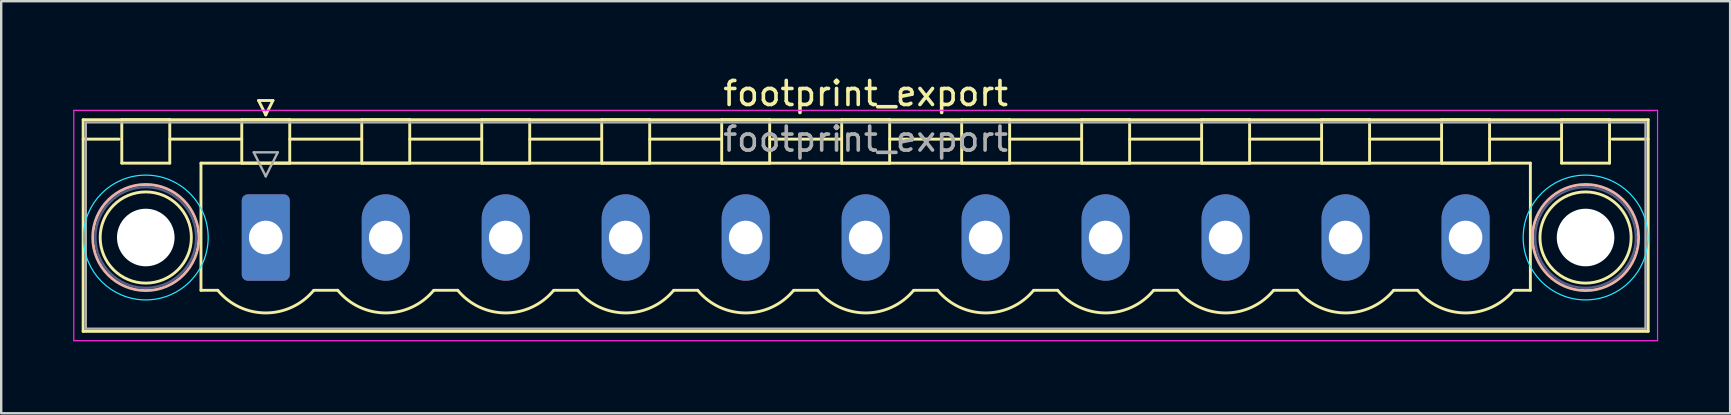
<source format=kicad_pcb>
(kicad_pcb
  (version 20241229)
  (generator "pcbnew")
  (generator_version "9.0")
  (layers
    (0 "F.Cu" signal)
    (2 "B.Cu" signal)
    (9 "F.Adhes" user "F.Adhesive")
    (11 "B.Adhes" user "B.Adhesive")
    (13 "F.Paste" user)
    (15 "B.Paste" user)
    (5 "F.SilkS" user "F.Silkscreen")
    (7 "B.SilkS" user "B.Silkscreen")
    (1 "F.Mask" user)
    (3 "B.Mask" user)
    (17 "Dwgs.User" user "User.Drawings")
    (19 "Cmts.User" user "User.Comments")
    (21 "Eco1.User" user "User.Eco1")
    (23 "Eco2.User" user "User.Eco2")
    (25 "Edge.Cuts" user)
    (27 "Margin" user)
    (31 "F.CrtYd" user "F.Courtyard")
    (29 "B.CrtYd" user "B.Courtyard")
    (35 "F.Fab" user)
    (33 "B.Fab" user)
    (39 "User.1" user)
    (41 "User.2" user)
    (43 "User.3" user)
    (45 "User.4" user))
  (footprint "footprint_export"
    (layer "F.Cu")
    (at 8.025 6.848)
    (property "Reference" "footprint_export" (at 25 -6 0) (layer "F.SilkS") (effects (font (size 1 1) (thickness 0.15))))
    (attr through_hole)
    (fp_line (start -7.61 -4.91) (end -7.61 3.91) (stroke (width 0.12) (type solid)) (layer "F.SilkS"))
    (fp_line (start -7.61 -4.1) (end -6.11 -4.1) (stroke (width 0.12) (type solid)) (layer "F.SilkS"))
    (fp_line (start -7.61 3.91) (end 57.61 3.91) (stroke (width 0.12) (type solid)) (layer "F.SilkS"))
    (fp_line (start -6 -4.91) (end -4 -4.91) (stroke (width 0.12) (type solid)) (layer "F.SilkS"))
    (fp_line (start -6 -3.1) (end -6 -4.91) (stroke (width 0.12) (type solid)) (layer "F.SilkS"))
    (fp_line (start -4 -4.91) (end -4 -3.1) (stroke (width 0.12) (type solid)) (layer "F.SilkS"))
    (fp_line (start -4 -4.1) (end -1 -4.1) (stroke (width 0.12) (type solid)) (layer "F.SilkS"))
    (fp_line (start -4 -3.1) (end -6 -3.1) (stroke (width 0.12) (type solid)) (layer "F.SilkS"))
    (fp_line (start -2.7 -3.1) (end 52.7 -3.1) (stroke (width 0.12) (type solid)) (layer "F.SilkS"))
    (fp_line (start -2.7 2.2) (end -2.7 -3.1) (stroke (width 0.12) (type solid)) (layer "F.SilkS"))
    (fp_line (start -2 2.2) (end -2.7 2.2) (stroke (width 0.12) (type solid)) (layer "F.SilkS"))
    (fp_line (start -1 -4.91) (end 1 -4.91) (stroke (width 0.12) (type solid)) (layer "F.SilkS"))
    (fp_line (start -1 -3.1) (end -1 -4.91) (stroke (width 0.12) (type solid)) (layer "F.SilkS"))
    (fp_line (start -0.3 -5.71) (end 0.3 -5.71) (stroke (width 0.12) (type solid)) (layer "F.SilkS"))
    (fp_line (start 0 -5.11) (end -0.3 -5.71) (stroke (width 0.12) (type solid)) (layer "F.SilkS"))
    (fp_line (start 0.3 -5.71) (end 0 -5.11) (stroke (width 0.12) (type solid)) (layer "F.SilkS"))
    (fp_line (start 1 -4.91) (end 1 -3.1) (stroke (width 0.12) (type solid)) (layer "F.SilkS"))
    (fp_line (start 1 -4.1) (end 4 -4.1) (stroke (width 0.12) (type solid)) (layer "F.SilkS"))
    (fp_line (start 1 -3.1) (end -1 -3.1) (stroke (width 0.12) (type solid)) (layer "F.SilkS"))
    (fp_line (start 2 2.2) (end 3 2.2) (stroke (width 0.12) (type solid)) (layer "F.SilkS"))
    (fp_line (start 4 -4.91) (end 6 -4.91) (stroke (width 0.12) (type solid)) (layer "F.SilkS"))
    (fp_line (start 4 -3.1) (end 4 -4.91) (stroke (width 0.12) (type solid)) (layer "F.SilkS"))
    (fp_line (start 6 -4.91) (end 6 -3.1) (stroke (width 0.12) (type solid)) (layer "F.SilkS"))
    (fp_line (start 6 -4.1) (end 9 -4.1) (stroke (width 0.12) (type solid)) (layer "F.SilkS"))
    (fp_line (start 6 -3.1) (end 4 -3.1) (stroke (width 0.12) (type solid)) (layer "F.SilkS"))
    (fp_line (start 7 2.2) (end 8 2.2) (stroke (width 0.12) (type solid)) (layer "F.SilkS"))
    (fp_line (start 9 -4.91) (end 11 -4.91) (stroke (width 0.12) (type solid)) (layer "F.SilkS"))
    (fp_line (start 9 -3.1) (end 9 -4.91) (stroke (width 0.12) (type solid)) (layer "F.SilkS"))
    (fp_line (start 11 -4.91) (end 11 -3.1) (stroke (width 0.12) (type solid)) (layer "F.SilkS"))
    (fp_line (start 11 -4.1) (end 14 -4.1) (stroke (width 0.12) (type solid)) (layer "F.SilkS"))
    (fp_line (start 11 -3.1) (end 9 -3.1) (stroke (width 0.12) (type solid)) (layer "F.SilkS"))
    (fp_line (start 12 2.2) (end 13 2.2) (stroke (width 0.12) (type solid)) (layer "F.SilkS"))
    (fp_line (start 14 -4.91) (end 16 -4.91) (stroke (width 0.12) (type solid)) (layer "F.SilkS"))
    (fp_line (start 14 -3.1) (end 14 -4.91) (stroke (width 0.12) (type solid)) (layer "F.SilkS"))
    (fp_line (start 16 -4.91) (end 16 -3.1) (stroke (width 0.12) (type solid)) (layer "F.SilkS"))
    (fp_line (start 16 -4.1) (end 19 -4.1) (stroke (width 0.12) (type solid)) (layer "F.SilkS"))
    (fp_line (start 16 -3.1) (end 14 -3.1) (stroke (width 0.12) (type solid)) (layer "F.SilkS"))
    (fp_line (start 17 2.2) (end 18 2.2) (stroke (width 0.12) (type solid)) (layer "F.SilkS"))
    (fp_line (start 19 -4.91) (end 21 -4.91) (stroke (width 0.12) (type solid)) (layer "F.SilkS"))
    (fp_line (start 19 -3.1) (end 19 -4.91) (stroke (width 0.12) (type solid)) (layer "F.SilkS"))
    (fp_line (start 21 -4.91) (end 21 -3.1) (stroke (width 0.12) (type solid)) (layer "F.SilkS"))
    (fp_line (start 21 -4.1) (end 24 -4.1) (stroke (width 0.12) (type solid)) (layer "F.SilkS"))
    (fp_line (start 21 -3.1) (end 19 -3.1) (stroke (width 0.12) (type solid)) (layer "F.SilkS"))
    (fp_line (start 22 2.2) (end 23 2.2) (stroke (width 0.12) (type solid)) (layer "F.SilkS"))
    (fp_line (start 24 -4.91) (end 26 -4.91) (stroke (width 0.12) (type solid)) (layer "F.SilkS"))
    (fp_line (start 24 -3.1) (end 24 -4.91) (stroke (width 0.12) (type solid)) (layer "F.SilkS"))
    (fp_line (start 26 -4.91) (end 26 -3.1) (stroke (width 0.12) (type solid)) (layer "F.SilkS"))
    (fp_line (start 26 -4.1) (end 29 -4.1) (stroke (width 0.12) (type solid)) (layer "F.SilkS"))
    (fp_line (start 26 -3.1) (end 24 -3.1) (stroke (width 0.12) (type solid)) (layer "F.SilkS"))
    (fp_line (start 27 2.2) (end 28 2.2) (stroke (width 0.12) (type solid)) (layer "F.SilkS"))
    (fp_line (start 29 -4.91) (end 31 -4.91) (stroke (width 0.12) (type solid)) (layer "F.SilkS"))
    (fp_line (start 29 -3.1) (end 29 -4.91) (stroke (width 0.12) (type solid)) (layer "F.SilkS"))
    (fp_line (start 31 -4.91) (end 31 -3.1) (stroke (width 0.12) (type solid)) (layer "F.SilkS"))
    (fp_line (start 31 -4.1) (end 34 -4.1) (stroke (width 0.12) (type solid)) (layer "F.SilkS"))
    (fp_line (start 31 -3.1) (end 29 -3.1) (stroke (width 0.12) (type solid)) (layer "F.SilkS"))
    (fp_line (start 32 2.2) (end 33 2.2) (stroke (width 0.12) (type solid)) (layer "F.SilkS"))
    (fp_line (start 34 -4.91) (end 36 -4.91) (stroke (width 0.12) (type solid)) (layer "F.SilkS"))
    (fp_line (start 34 -3.1) (end 34 -4.91) (stroke (width 0.12) (type solid)) (layer "F.SilkS"))
    (fp_line (start 36 -4.91) (end 36 -3.1) (stroke (width 0.12) (type solid)) (layer "F.SilkS"))
    (fp_line (start 36 -4.1) (end 39 -4.1) (stroke (width 0.12) (type solid)) (layer "F.SilkS"))
    (fp_line (start 36 -3.1) (end 34 -3.1) (stroke (width 0.12) (type solid)) (layer "F.SilkS"))
    (fp_line (start 37 2.2) (end 38 2.2) (stroke (width 0.12) (type solid)) (layer "F.SilkS"))
    (fp_line (start 39 -4.91) (end 41 -4.91) (stroke (width 0.12) (type solid)) (layer "F.SilkS"))
    (fp_line (start 39 -3.1) (end 39 -4.91) (stroke (width 0.12) (type solid)) (layer "F.SilkS"))
    (fp_line (start 41 -4.91) (end 41 -3.1) (stroke (width 0.12) (type solid)) (layer "F.SilkS"))
    (fp_line (start 41 -4.1) (end 44 -4.1) (stroke (width 0.12) (type solid)) (layer "F.SilkS"))
    (fp_line (start 41 -3.1) (end 39 -3.1) (stroke (width 0.12) (type solid)) (layer "F.SilkS"))
    (fp_line (start 42 2.2) (end 43 2.2) (stroke (width 0.12) (type solid)) (layer "F.SilkS"))
    (fp_line (start 44 -4.91) (end 46 -4.91) (stroke (width 0.12) (type solid)) (layer "F.SilkS"))
    (fp_line (start 44 -3.1) (end 44 -4.91) (stroke (width 0.12) (type solid)) (layer "F.SilkS"))
    (fp_line (start 46 -4.91) (end 46 -3.1) (stroke (width 0.12) (type solid)) (layer "F.SilkS"))
    (fp_line (start 46 -4.1) (end 49 -4.1) (stroke (width 0.12) (type solid)) (layer "F.SilkS"))
    (fp_line (start 46 -3.1) (end 44 -3.1) (stroke (width 0.12) (type solid)) (layer "F.SilkS"))
    (fp_line (start 47 2.2) (end 48 2.2) (stroke (width 0.12) (type solid)) (layer "F.SilkS"))
    (fp_line (start 49 -4.91) (end 51 -4.91) (stroke (width 0.12) (type solid)) (layer "F.SilkS"))
    (fp_line (start 49 -3.1) (end 49 -4.91) (stroke (width 0.12) (type solid)) (layer "F.SilkS"))
    (fp_line (start 51 -4.91) (end 51 -3.1) (stroke (width 0.12) (type solid)) (layer "F.SilkS"))
    (fp_line (start 51 -4.1) (end 54 -4.1) (stroke (width 0.12) (type solid)) (layer "F.SilkS"))
    (fp_line (start 51 -3.1) (end 49 -3.1) (stroke (width 0.12) (type solid)) (layer "F.SilkS"))
    (fp_line (start 52.7 -3.1) (end 52.7 2.2) (stroke (width 0.12) (type solid)) (layer "F.SilkS"))
    (fp_line (start 52.7 2.2) (end 52 2.2) (stroke (width 0.12) (type solid)) (layer "F.SilkS"))
    (fp_line (start 54 -4.91) (end 56 -4.91) (stroke (width 0.12) (type solid)) (layer "F.SilkS"))
    (fp_line (start 54 -3.1) (end 54 -4.91) (stroke (width 0.12) (type solid)) (layer "F.SilkS"))
    (fp_line (start 56 -4.91) (end 56 -3.1) (stroke (width 0.12) (type solid)) (layer "F.SilkS"))
    (fp_line (start 56 -3.1) (end 54 -3.1) (stroke (width 0.12) (type solid)) (layer "F.SilkS"))
    (fp_line (start 57.61 -4.91) (end -7.61 -4.91) (stroke (width 0.12) (type solid)) (layer "F.SilkS"))
    (fp_line (start 57.61 -4.1) (end 56.11 -4.1) (stroke (width 0.12) (type solid)) (layer "F.SilkS"))
    (fp_line (start 57.61 3.91) (end 57.61 -4.91) (stroke (width 0.12) (type solid)) (layer "F.SilkS"))
    (fp_arc (start 1.986842 2.215821) (mid -0.010289 3.142758) (end -2 2.2) (stroke (width 0.12) (type solid)) (layer "F.SilkS"))
    (fp_arc (start 6.986842 2.215821) (mid 4.989711 3.142758) (end 3 2.2) (stroke (width 0.12) (type solid)) (layer "F.SilkS"))
    (fp_arc (start 11.986842 2.215821) (mid 9.989711 3.142758) (end 8 2.2) (stroke (width 0.12) (type solid)) (layer "F.SilkS"))
    (fp_arc (start 16.986842 2.215821) (mid 14.989711 3.142758) (end 13 2.2) (stroke (width 0.12) (type solid)) (layer "F.SilkS"))
    (fp_arc (start 21.986842 2.215821) (mid 19.989711 3.142758) (end 18 2.2) (stroke (width 0.12) (type solid)) (layer "F.SilkS"))
    (fp_arc (start 26.986842 2.215821) (mid 24.989711 3.142758) (end 23 2.2) (stroke (width 0.12) (type solid)) (layer "F.SilkS"))
    (fp_arc (start 31.986842 2.215821) (mid 29.989711 3.142758) (end 28 2.2) (stroke (width 0.12) (type solid)) (layer "F.SilkS"))
    (fp_arc (start 36.986842 2.215821) (mid 34.989711 3.142758) (end 33 2.2) (stroke (width 0.12) (type solid)) (layer "F.SilkS"))
    (fp_arc (start 41.986842 2.215821) (mid 39.989711 3.142758) (end 38 2.2) (stroke (width 0.12) (type solid)) (layer "F.SilkS"))
    (fp_arc (start 46.986842 2.215821) (mid 44.989711 3.142758) (end 43 2.2) (stroke (width 0.12) (type solid)) (layer "F.SilkS"))
    (fp_arc (start 51.986842 2.215821) (mid 49.989711 3.142758) (end 48 2.2) (stroke (width 0.12) (type solid)) (layer "F.SilkS"))
    (fp_circle (center -5 0) (end -3.1 0) (stroke (width 0.12) (type solid)) (fill no) (layer "F.SilkS"))
    (fp_circle (center 55 0) (end 56.9 0) (stroke (width 0.12) (type solid)) (fill no) (layer "F.SilkS"))
    (fp_circle (center -5 0) (end -2.79 0) (stroke (width 0.12) (type solid)) (fill no) (layer "B.SilkS"))
    (fp_circle (center 55 0) (end 57.21 0) (stroke (width 0.12) (type solid)) (fill no) (layer "B.SilkS"))
    (fp_circle (center -5 0) (end -2.4 0) (stroke (width 0.05) (type solid)) (fill no) (layer "B.CrtYd"))
    (fp_circle (center 55 0) (end 57.6 0) (stroke (width 0.05) (type solid)) (fill no) (layer "B.CrtYd"))
    (fp_line (start -8 -5.3) (end -8 4.3) (stroke (width 0.05) (type solid)) (layer "F.CrtYd"))
    (fp_line (start -8 4.3) (end 58 4.3) (stroke (width 0.05) (type solid)) (layer "F.CrtYd"))
    (fp_line (start 58 -5.3) (end -8 -5.3) (stroke (width 0.05) (type solid)) (layer "F.CrtYd"))
    (fp_line (start 58 4.3) (end 58 -5.3) (stroke (width 0.05) (type solid)) (layer "F.CrtYd"))
    (fp_circle (center -5 0) (end -2.9 0) (stroke (width 0.1) (type solid)) (fill no) (layer "B.Fab"))
    (fp_circle (center 55 0) (end 57.1 0) (stroke (width 0.1) (type solid)) (fill no) (layer "B.Fab"))
    (fp_line (start -7.5 -4.8) (end -7.5 3.8) (stroke (width 0.1) (type solid)) (layer "F.Fab"))
    (fp_line (start -7.5 3.8) (end 57.5 3.8) (stroke (width 0.1) (type solid)) (layer "F.Fab"))
    (fp_line (start -0.5 -3.55) (end 0.5 -3.55) (stroke (width 0.1) (type solid)) (layer "F.Fab"))
    (fp_line (start 0 -2.55) (end -0.5 -3.55) (stroke (width 0.1) (type solid)) (layer "F.Fab"))
    (fp_line (start 0.5 -3.55) (end 0 -2.55) (stroke (width 0.1) (type solid)) (layer "F.Fab"))
    (fp_line (start 57.5 -4.8) (end -7.5 -4.8) (stroke (width 0.1) (type solid)) (layer "F.Fab"))
    (fp_line (start 57.5 3.8) (end 57.5 -4.8) (stroke (width 0.1) (type solid)) (layer "F.Fab"))
    (fp_text user "${REFERENCE}" (at 25 -4.1 0) (layer "F.Fab") (effects (font (size 1 1) (thickness 0.15))))
    (pad "" np_thru_hole circle (at -5 0) (size 2.4 2.4) (drill 2.4) (layers "*.Cu" "*.Mask"))
    (pad "" np_thru_hole circle (at 55 0) (size 2.4 2.4) (drill 2.4) (layers "*.Cu" "*.Mask"))
    (pad "1" thru_hole roundrect (at 0 0) (size 2 3.6) (drill 1.4) (layers "*.Cu" "*.Mask") (roundrect_rratio 0.125))
    (pad "2" thru_hole oval (at 5 0) (size 2 3.6) (drill 1.4) (layers "*.Cu" "*.Mask"))
    (pad "3" thru_hole oval (at 10 0) (size 2 3.6) (drill 1.4) (layers "*.Cu" "*.Mask"))
    (pad "4" thru_hole oval (at 15 0) (size 2 3.6) (drill 1.4) (layers "*.Cu" "*.Mask"))
    (pad "5" thru_hole oval (at 20 0) (size 2 3.6) (drill 1.4) (layers "*.Cu" "*.Mask"))
    (pad "6" thru_hole oval (at 25 0) (size 2 3.6) (drill 1.4) (layers "*.Cu" "*.Mask"))
    (pad "7" thru_hole oval (at 30 0) (size 2 3.6) (drill 1.4) (layers "*.Cu" "*.Mask"))
    (pad "8" thru_hole oval (at 35 0) (size 2 3.6) (drill 1.4) (layers "*.Cu" "*.Mask"))
    (pad "9" thru_hole oval (at 40 0) (size 2 3.6) (drill 1.4) (layers "*.Cu" "*.Mask"))
    (pad "10" thru_hole oval (at 45 0) (size 2 3.6) (drill 1.4) (layers "*.Cu" "*.Mask"))
    (pad "11" thru_hole oval (at 50 0) (size 2 3.6) (drill 1.4) (layers "*.Cu" "*.Mask")))
  (gr_rect
    (start -3 -3)
    (end 69.05 14.173)
    (stroke (width 0.1) (type default))
    (fill no)
    (layer "Edge.Cuts")))
</source>
